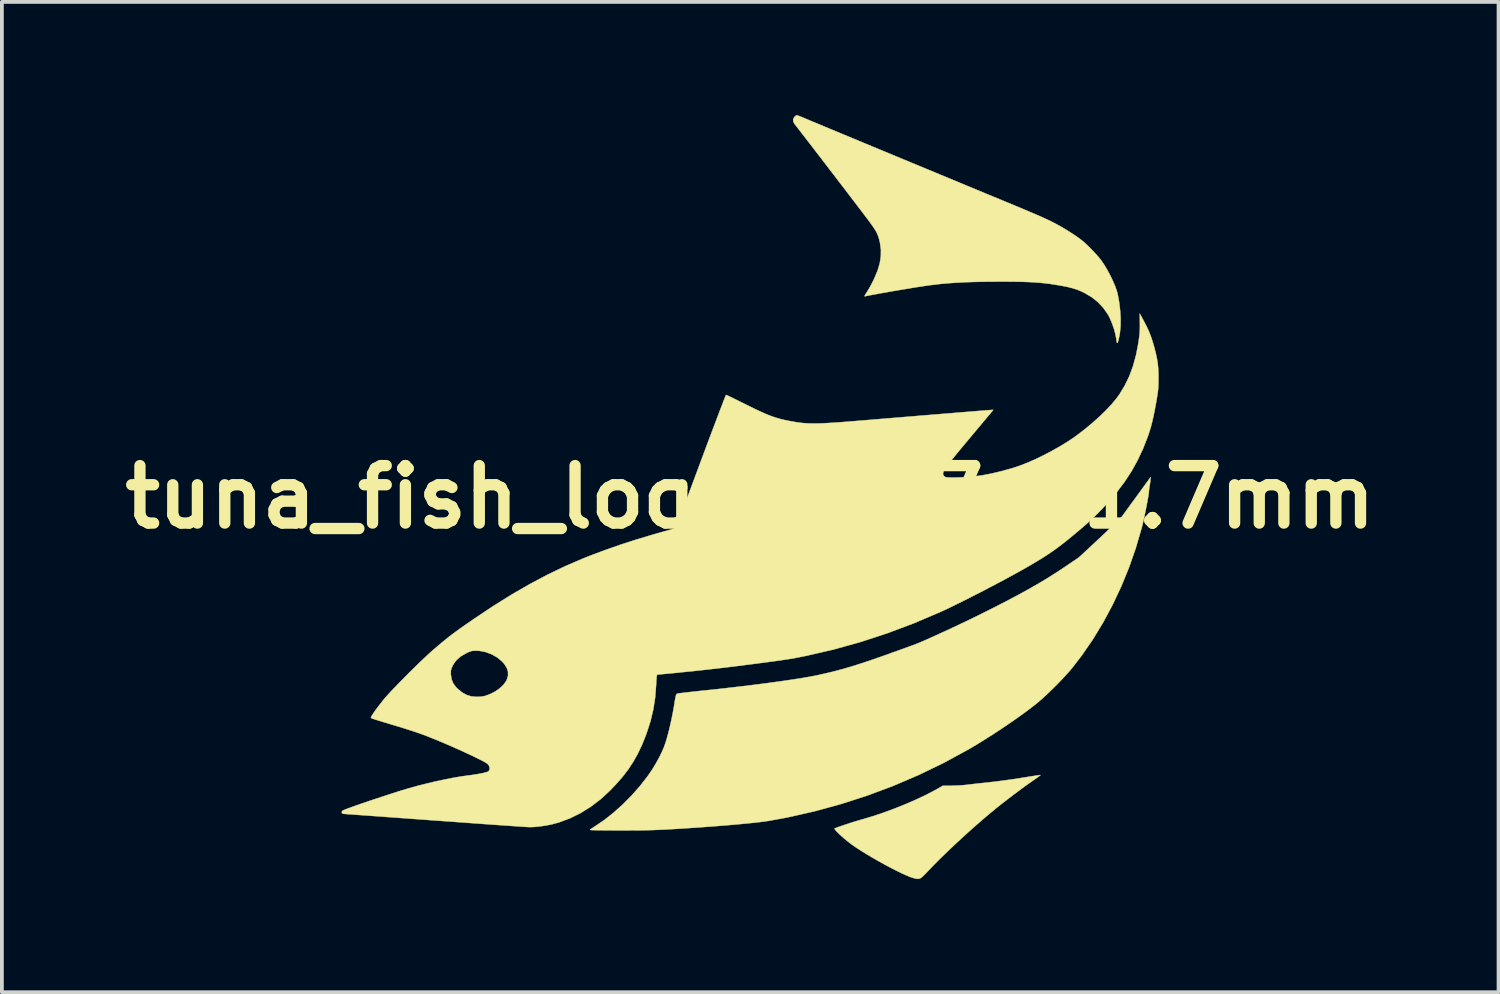
<source format=kicad_pcb>
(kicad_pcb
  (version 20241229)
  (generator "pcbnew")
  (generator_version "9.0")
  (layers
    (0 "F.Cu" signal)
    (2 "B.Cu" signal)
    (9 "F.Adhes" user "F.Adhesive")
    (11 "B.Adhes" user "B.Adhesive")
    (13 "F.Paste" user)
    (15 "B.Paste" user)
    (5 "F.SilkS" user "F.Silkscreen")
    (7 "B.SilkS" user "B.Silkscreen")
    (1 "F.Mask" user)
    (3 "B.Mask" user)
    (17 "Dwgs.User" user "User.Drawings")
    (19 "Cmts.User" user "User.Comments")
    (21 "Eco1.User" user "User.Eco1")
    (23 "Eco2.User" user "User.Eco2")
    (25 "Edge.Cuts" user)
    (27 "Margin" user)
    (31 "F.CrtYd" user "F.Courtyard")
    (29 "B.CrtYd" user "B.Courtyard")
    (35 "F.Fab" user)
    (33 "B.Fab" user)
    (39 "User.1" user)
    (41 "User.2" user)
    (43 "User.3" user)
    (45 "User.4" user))
  (footprint "tuna_fish_logo_21.7x21.7mm"
    (layer "F.Cu")
    (at 16.844 10.131)
    (property "Reference" "tuna_fish_logo_21.7x21.7mm" (at 0 0 0) (layer "F.SilkS") (effects (font (size 1.524 1.524) (thickness 0.3))))
    (attr through_hole)
    (fp_poly (pts (xy 7.687 7.382) (xy 7.654 7.408) (xy 7.602 7.446) (xy 7.537 7.49) (xy 7.532 7.494) (xy 7.413 7.577) (xy 7.276 7.675) (xy 7.126 7.785) (xy 6.971 7.902) (xy 6.817 8.019) (xy 6.671 8.132) (xy 6.54 8.236) (xy 6.519 8.253) (xy 6.315 8.422) (xy 6.1 8.606) (xy 5.878 8.801) (xy 5.655 9.002) (xy 5.436 9.205) (xy 5.225 9.405) (xy 5.027 9.597) (xy 4.849 9.777) (xy 4.727 9.904) (xy 4.649 9.987) (xy 4.589 10.047) (xy 4.541 10.089) (xy 4.501 10.114) (xy 4.463 10.124) (xy 4.421 10.123) (xy 4.371 10.113) (xy 4.318 10.099) (xy 4.239 10.073) (xy 4.136 10.03) (xy 4.012 9.974) (xy 3.874 9.906) (xy 3.723 9.829) (xy 3.566 9.745) (xy 3.405 9.656) (xy 3.246 9.565) (xy 3.092 9.474) (xy 2.948 9.385) (xy 2.818 9.301) (xy 2.707 9.224) (xy 2.665 9.193) (xy 2.58 9.127) (xy 2.497 9.059) (xy 2.42 8.991) (xy 2.352 8.928) (xy 2.296 8.872) (xy 2.256 8.828) (xy 2.237 8.798) (xy 2.238 8.787) (xy 2.272 8.773) (xy 2.333 8.75) (xy 2.414 8.722) (xy 2.509 8.69) (xy 2.613 8.656) (xy 2.719 8.622) (xy 2.821 8.59) (xy 2.913 8.563) (xy 2.955 8.551) (xy 3.236 8.468) (xy 3.527 8.371) (xy 3.82 8.263) (xy 4.11 8.147) (xy 4.389 8.026) (xy 4.651 7.903) (xy 4.888 7.779) (xy 4.98 7.728) (xy 5.109 7.654) (xy 5.331 7.654) (xy 5.438 7.652) (xy 5.556 7.646) (xy 5.669 7.638) (xy 5.744 7.63) (xy 5.848 7.617) (xy 5.965 7.604) (xy 6.076 7.591) (xy 6.121 7.587) (xy 6.415 7.555) (xy 6.694 7.52) (xy 6.972 7.482) (xy 7.264 7.436) (xy 7.389 7.416) (xy 7.486 7.4) (xy 7.571 7.387) (xy 7.638 7.377) (xy 7.682 7.371) (xy 7.698 7.371) (xy 7.687 7.382)) (stroke (width 0.01) (type solid)) (fill yes) (layer "F.SilkS"))
    (fp_poly (pts (xy 1.256 -10.12) (xy 1.302 -10.102) (xy 1.369 -10.076) (xy 1.451 -10.042) (xy 1.528 -10.009) (xy 1.604 -9.977) (xy 1.707 -9.934) (xy 1.831 -9.883) (xy 1.97 -9.824) (xy 2.121 -9.761) (xy 2.279 -9.696) (xy 2.437 -9.63) (xy 2.498 -9.605) (xy 2.67 -9.533) (xy 2.857 -9.456) (xy 3.05 -9.375) (xy 3.243 -9.295) (xy 3.427 -9.219) (xy 3.594 -9.149) (xy 3.739 -9.09) (xy 3.742 -9.088) (xy 3.898 -9.023) (xy 4.069 -8.952) (xy 4.246 -8.879) (xy 4.419 -8.807) (xy 4.581 -8.74) (xy 4.722 -8.681) (xy 4.75 -8.67) (xy 4.885 -8.614) (xy 5.043 -8.548) (xy 5.215 -8.477) (xy 5.391 -8.404) (xy 5.564 -8.332) (xy 5.724 -8.265) (xy 5.757 -8.252) (xy 5.901 -8.192) (xy 6.068 -8.123) (xy 6.252 -8.046) (xy 6.444 -7.967) (xy 6.638 -7.887) (xy 6.825 -7.809) (xy 6.998 -7.738) (xy 7.002 -7.736) (xy 7.225 -7.643) (xy 7.419 -7.561) (xy 7.59 -7.488) (xy 7.739 -7.422) (xy 7.872 -7.362) (xy 7.99 -7.305) (xy 8.098 -7.249) (xy 8.2 -7.194) (xy 8.299 -7.137) (xy 8.398 -7.077) (xy 8.502 -7.011) (xy 8.613 -6.938) (xy 8.619 -6.934) (xy 8.729 -6.857) (xy 8.826 -6.782) (xy 8.92 -6.698) (xy 9.023 -6.596) (xy 9.027 -6.593) (xy 9.1 -6.516) (xy 9.173 -6.437) (xy 9.237 -6.365) (xy 9.286 -6.305) (xy 9.302 -6.284) (xy 9.385 -6.163) (xy 9.467 -6.026) (xy 9.545 -5.881) (xy 9.616 -5.734) (xy 9.676 -5.594) (xy 9.721 -5.467) (xy 9.743 -5.385) (xy 9.784 -5.164) (xy 9.81 -4.943) (xy 9.823 -4.73) (xy 9.82 -4.53) (xy 9.803 -4.35) (xy 9.789 -4.273) (xy 9.769 -4.179) (xy 9.752 -4.117) (xy 9.739 -4.087) (xy 9.728 -4.087) (xy 9.719 -4.115) (xy 9.714 -4.151) (xy 9.689 -4.298) (xy 9.648 -4.455) (xy 9.594 -4.61) (xy 9.533 -4.752) (xy 9.48 -4.85) (xy 9.359 -5.022) (xy 9.218 -5.171) (xy 9.055 -5.301) (xy 8.863 -5.414) (xy 8.857 -5.417) (xy 8.763 -5.462) (xy 8.667 -5.501) (xy 8.563 -5.534) (xy 8.446 -5.565) (xy 8.307 -5.594) (xy 8.143 -5.623) (xy 8.109 -5.628) (xy 7.97 -5.65) (xy 7.833 -5.667) (xy 7.694 -5.682) (xy 7.547 -5.693) (xy 7.388 -5.702) (xy 7.214 -5.708) (xy 7.018 -5.711) (xy 6.797 -5.713) (xy 6.587 -5.713) (xy 6.273 -5.711) (xy 5.988 -5.706) (xy 5.728 -5.698) (xy 5.488 -5.686) (xy 5.264 -5.671) (xy 5.051 -5.652) (xy 4.844 -5.628) (xy 4.716 -5.612) (xy 4.624 -5.598) (xy 4.512 -5.581) (xy 4.382 -5.561) (xy 4.24 -5.537) (xy 4.089 -5.512) (xy 3.933 -5.486) (xy 3.778 -5.46) (xy 3.627 -5.433) (xy 3.484 -5.408) (xy 3.353 -5.384) (xy 3.239 -5.363) (xy 3.147 -5.346) (xy 3.079 -5.332) (xy 3.042 -5.323) (xy 3.032 -5.327) (xy 3.041 -5.351) (xy 3.069 -5.398) (xy 3.099 -5.444) (xy 3.139 -5.509) (xy 3.188 -5.595) (xy 3.238 -5.691) (xy 3.286 -5.788) (xy 3.294 -5.806) (xy 3.379 -6.01) (xy 3.435 -6.2) (xy 3.464 -6.382) (xy 3.466 -6.561) (xy 3.442 -6.739) (xy 3.428 -6.801) (xy 3.407 -6.877) (xy 3.385 -6.943) (xy 3.357 -7.006) (xy 3.32 -7.072) (xy 3.272 -7.148) (xy 3.207 -7.24) (xy 3.153 -7.314) (xy 3.121 -7.358) (xy 3.07 -7.424) (xy 3.004 -7.512) (xy 2.924 -7.617) (xy 2.831 -7.739) (xy 2.729 -7.873) (xy 2.617 -8.019) (xy 2.499 -8.174) (xy 2.376 -8.334) (xy 2.25 -8.499) (xy 2.123 -8.664) (xy 1.997 -8.829) (xy 1.873 -8.991) (xy 1.753 -9.146) (xy 1.64 -9.294) (xy 1.534 -9.431) (xy 1.439 -9.555) (xy 1.355 -9.663) (xy 1.285 -9.754) (xy 1.229 -9.825) (xy 1.192 -9.873) (xy 1.175 -9.895) (xy 1.141 -9.956) (xy 1.139 -10.019) (xy 1.168 -10.076) (xy 1.176 -10.085) (xy 1.209 -10.113) (xy 1.234 -10.126) (xy 1.235 -10.126) (xy 1.256 -10.12)) (stroke (width 0.01) (type solid)) (fill yes) (layer "F.SilkS"))
    (fp_poly (pts (xy 10.609 -0.422) (xy 10.602 -0.361) (xy 10.594 -0.312) (xy 10.589 -0.288) (xy 10.584 -0.258) (xy 10.578 -0.207) (xy 10.573 -0.154) (xy 10.566 -0.093) (xy 10.553 -0.005) (xy 10.534 0.104) (xy 10.511 0.226) (xy 10.485 0.356) (xy 10.458 0.487) (xy 10.43 0.613) (xy 10.404 0.728) (xy 10.379 0.824) (xy 10.226 1.349) (xy 10.046 1.864) (xy 9.841 2.366) (xy 9.612 2.852) (xy 9.362 3.32) (xy 9.091 3.767) (xy 8.801 4.189) (xy 8.543 4.524) (xy 8.443 4.642) (xy 8.323 4.774) (xy 8.19 4.914) (xy 8.05 5.055) (xy 7.911 5.191) (xy 7.778 5.315) (xy 7.658 5.42) (xy 7.637 5.438) (xy 7.489 5.556) (xy 7.317 5.687) (xy 7.124 5.826) (xy 6.916 5.972) (xy 6.698 6.12) (xy 6.476 6.267) (xy 6.253 6.409) (xy 6.034 6.545) (xy 5.826 6.669) (xy 5.757 6.708) (xy 5.118 7.055) (xy 4.463 7.371) (xy 3.793 7.658) (xy 3.11 7.913) (xy 2.415 8.138) (xy 1.71 8.331) (xy 0.995 8.493) (xy 0.491 8.586) (xy 0.381 8.602) (xy 0.239 8.62) (xy 0.07 8.639) (xy -0.126 8.659) (xy -0.343 8.679) (xy -0.581 8.7) (xy -0.836 8.721) (xy -1.105 8.741) (xy -1.385 8.762) (xy -1.674 8.781) (xy -1.92 8.797) (xy -2.107 8.808) (xy -2.276 8.817) (xy -2.433 8.824) (xy -2.585 8.83) (xy -2.739 8.834) (xy -2.902 8.837) (xy -3.08 8.838) (xy -3.281 8.839) (xy -3.431 8.839) (xy -3.594 8.839) (xy -3.746 8.838) (xy -3.884 8.837) (xy -4.005 8.836) (xy -4.105 8.834) (xy -4.181 8.832) (xy -4.231 8.829) (xy -4.249 8.827) (xy -4.25 8.826) (xy -4.236 8.812) (xy -4.2 8.786) (xy -4.148 8.751) (xy -4.127 8.738) (xy -3.875 8.567) (xy -3.623 8.368) (xy -3.376 8.146) (xy -3.139 7.907) (xy -2.919 7.657) (xy -2.719 7.399) (xy -2.603 7.231) (xy -2.502 7.064) (xy -2.407 6.892) (xy -2.327 6.724) (xy -2.28 6.612) (xy -2.245 6.511) (xy -2.207 6.384) (xy -2.167 6.237) (xy -2.128 6.077) (xy -2.091 5.91) (xy -2.057 5.744) (xy -2.028 5.585) (xy -2.018 5.524) (xy -2.001 5.417) (xy -1.987 5.338) (xy -1.976 5.284) (xy -1.966 5.249) (xy -1.956 5.228) (xy -1.943 5.217) (xy -1.929 5.211) (xy -1.904 5.207) (xy -1.849 5.199) (xy -1.768 5.19) (xy -1.663 5.177) (xy -1.54 5.164) (xy -1.401 5.148) (xy -1.25 5.132) (xy -1.143 5.121) (xy -0.827 5.088) (xy -0.513 5.052) (xy -0.203 5.016) (xy 0.099 4.979) (xy 0.39 4.942) (xy 0.667 4.904) (xy 0.927 4.868) (xy 1.166 4.832) (xy 1.382 4.798) (xy 1.571 4.765) (xy 1.73 4.735) (xy 1.753 4.73) (xy 1.968 4.683) (xy 2.18 4.633) (xy 2.395 4.576) (xy 2.617 4.513) (xy 2.851 4.441) (xy 3.102 4.359) (xy 3.374 4.265) (xy 3.614 4.181) (xy 3.76 4.128) (xy 3.901 4.078) (xy 4.031 4.031) (xy 4.146 3.989) (xy 4.244 3.954) (xy 4.319 3.927) (xy 4.367 3.909) (xy 4.377 3.905) (xy 4.46 3.872) (xy 4.569 3.826) (xy 4.701 3.768) (xy 4.851 3.701) (xy 5.015 3.626) (xy 5.19 3.546) (xy 5.372 3.461) (xy 5.556 3.375) (xy 5.739 3.288) (xy 5.916 3.202) (xy 6.084 3.12) (xy 6.151 3.086) (xy 6.496 2.913) (xy 6.813 2.75) (xy 7.103 2.596) (xy 7.371 2.449) (xy 7.618 2.308) (xy 7.847 2.172) (xy 8.062 2.037) (xy 8.266 1.904) (xy 8.274 1.898) (xy 8.716 1.6) (xy 9.266 1.088) (xy 9.382 0.979) (xy 9.492 0.874) (xy 9.594 0.777) (xy 9.684 0.69) (xy 9.759 0.616) (xy 9.816 0.558) (xy 9.854 0.518) (xy 9.866 0.504) (xy 9.888 0.473) (xy 9.927 0.419) (xy 9.981 0.345) (xy 10.047 0.255) (xy 10.121 0.152) (xy 10.203 0.041) (xy 10.268 -0.049) (xy 10.572 -0.466) (xy 10.583 -0.466) (xy 10.592 -0.457) (xy 10.6 -0.466) (xy 10.592 -0.474) (xy 10.583 -0.466) (xy 10.572 -0.466) (xy 10.62 -0.53) (xy 10.609 -0.422)) (stroke (width 0.01) (type solid)) (fill yes) (layer "F.SilkS"))
    (fp_poly (pts (xy 10.439 -4.665) (xy 10.518 -4.513) (xy 10.582 -4.371) (xy 10.636 -4.228) (xy 10.686 -4.07) (xy 10.71 -3.988) (xy 10.752 -3.825) (xy 10.784 -3.682) (xy 10.805 -3.551) (xy 10.819 -3.418) (xy 10.825 -3.276) (xy 10.826 -3.15) (xy 10.825 -3.042) (xy 10.823 -2.952) (xy 10.818 -2.871) (xy 10.809 -2.79) (xy 10.796 -2.7) (xy 10.778 -2.592) (xy 10.763 -2.506) (xy 10.728 -2.315) (xy 10.695 -2.151) (xy 10.662 -2.009) (xy 10.63 -1.881) (xy 10.595 -1.761) (xy 10.556 -1.643) (xy 10.541 -1.6) (xy 10.415 -1.279) (xy 10.273 -0.976) (xy 10.113 -0.687) (xy 9.93 -0.407) (xy 9.722 -0.131) (xy 9.485 0.146) (xy 9.37 0.271) (xy 9.269 0.377) (xy 9.177 0.471) (xy 9.087 0.558) (xy 8.994 0.644) (xy 8.893 0.735) (xy 8.777 0.835) (xy 8.64 0.95) (xy 8.619 0.968) (xy 8.451 1.107) (xy 8.299 1.228) (xy 8.158 1.336) (xy 8.021 1.435) (xy 7.882 1.529) (xy 7.734 1.624) (xy 7.57 1.723) (xy 7.385 1.832) (xy 7.324 1.867) (xy 7.158 1.961) (xy 6.972 2.063) (xy 6.77 2.173) (xy 6.557 2.287) (xy 6.337 2.402) (xy 6.115 2.518) (xy 5.895 2.63) (xy 5.684 2.737) (xy 5.484 2.836) (xy 5.302 2.925) (xy 5.141 3.002) (xy 5.046 3.045) (xy 4.341 3.346) (xy 3.631 3.612) (xy 2.916 3.846) (xy 2.196 4.046) (xy 1.47 4.213) (xy 1.151 4.276) (xy 1.07 4.289) (xy 0.958 4.307) (xy 0.82 4.327) (xy 0.66 4.35) (xy 0.48 4.374) (xy 0.285 4.4) (xy 0.078 4.427) (xy -0.137 4.454) (xy -0.356 4.482) (xy -0.576 4.509) (xy -0.793 4.535) (xy -1.004 4.559) (xy -1.185 4.58) (xy -1.282 4.59) (xy -1.395 4.602) (xy -1.52 4.616) (xy -1.653 4.629) (xy -1.79 4.643) (xy -1.925 4.657) (xy -2.055 4.67) (xy -2.175 4.681) (xy -2.28 4.691) (xy -2.365 4.699) (xy -2.428 4.705) (xy -2.462 4.707) (xy -2.465 4.707) (xy -2.474 4.724) (xy -2.482 4.774) (xy -2.489 4.857) (xy -2.494 4.966) (xy -2.52 5.31) (xy -2.571 5.637) (xy -2.648 5.957) (xy -2.753 6.278) (xy -2.764 6.308) (xy -2.868 6.567) (xy -2.979 6.801) (xy -3.099 7.016) (xy -3.234 7.221) (xy -3.387 7.421) (xy -3.564 7.622) (xy -3.717 7.782) (xy -3.963 8.009) (xy -4.224 8.208) (xy -4.496 8.378) (xy -4.778 8.518) (xy -5.067 8.626) (xy -5.263 8.679) (xy -5.371 8.701) (xy -5.492 8.721) (xy -5.617 8.737) (xy -5.734 8.748) (xy -5.831 8.752) (xy -5.85 8.752) (xy -5.881 8.75) (xy -5.944 8.747) (xy -6.036 8.741) (xy -6.156 8.733) (xy -6.302 8.723) (xy -6.471 8.711) (xy -6.662 8.698) (xy -6.872 8.683) (xy -7.1 8.667) (xy -7.344 8.649) (xy -7.601 8.631) (xy -7.87 8.611) (xy -8.148 8.591) (xy -8.365 8.576) (xy -8.647 8.555) (xy -8.92 8.535) (xy -9.183 8.516) (xy -9.432 8.498) (xy -9.666 8.481) (xy -9.884 8.465) (xy -10.083 8.451) (xy -10.262 8.438) (xy -10.418 8.427) (xy -10.549 8.417) (xy -10.654 8.41) (xy -10.731 8.404) (xy -10.777 8.401) (xy -10.791 8.4) (xy -10.823 8.386) (xy -10.833 8.356) (xy -10.819 8.322) (xy -10.817 8.321) (xy -10.793 8.307) (xy -10.738 8.284) (xy -10.656 8.252) (xy -10.55 8.214) (xy -10.421 8.168) (xy -10.273 8.117) (xy -10.108 8.061) (xy -9.928 8.001) (xy -9.736 7.938) (xy -9.535 7.872) (xy -9.327 7.805) (xy -9.254 7.782) (xy -9.046 7.72) (xy -8.82 7.657) (xy -8.585 7.598) (xy -8.347 7.541) (xy -8.112 7.491) (xy -7.888 7.447) (xy -7.681 7.411) (xy -7.498 7.385) (xy -7.476 7.383) (xy -7.375 7.369) (xy -7.272 7.353) (xy -7.173 7.336) (xy -7.084 7.318) (xy -7.012 7.3) (xy -6.963 7.285) (xy -6.945 7.276) (xy -6.912 7.231) (xy -6.91 7.174) (xy -6.928 7.126) (xy -6.941 7.104) (xy -6.958 7.083) (xy -6.985 7.061) (xy -7.025 7.036) (xy -7.083 7.004) (xy -7.162 6.964) (xy -7.267 6.912) (xy -7.285 6.903) (xy -7.445 6.826) (xy -7.623 6.743) (xy -7.813 6.658) (xy -8.009 6.572) (xy -8.202 6.49) (xy -8.387 6.413) (xy -8.555 6.346) (xy -8.701 6.291) (xy -8.704 6.29) (xy -8.803 6.255) (xy -8.924 6.214) (xy -9.058 6.171) (xy -9.192 6.128) (xy -9.318 6.089) (xy -9.319 6.089) (xy -9.5 6.035) (xy -9.65 5.989) (xy -9.773 5.952) (xy -9.87 5.922) (xy -9.945 5.899) (xy -9.998 5.881) (xy -10.033 5.869) (xy -10.052 5.862) (xy -10.054 5.861) (xy -10.057 5.843) (xy -10.038 5.803) (xy -9.999 5.74) (xy -9.938 5.653) (xy -9.856 5.543) (xy -9.751 5.408) (xy -9.74 5.393) (xy -9.682 5.324) (xy -9.603 5.236) (xy -9.506 5.131) (xy -9.395 5.015) (xy -9.273 4.889) (xy -9.144 4.758) (xy -9.036 4.65) (xy -7.941 4.65) (xy -7.938 4.713) (xy -7.919 4.834) (xy -7.875 4.94) (xy -7.803 5.038) (xy -7.746 5.095) (xy -7.63 5.187) (xy -7.514 5.25) (xy -7.39 5.286) (xy -7.25 5.298) (xy -7.169 5.295) (xy -7.087 5.285) (xy -7.03 5.273) (xy -6.889 5.221) (xy -6.757 5.152) (xy -6.639 5.069) (xy -6.543 4.977) (xy -6.473 4.88) (xy -6.457 4.85) (xy -6.423 4.741) (xy -6.423 4.634) (xy -6.455 4.529) (xy -6.522 4.425) (xy -6.581 4.359) (xy -6.707 4.254) (xy -6.853 4.171) (xy -7.01 4.111) (xy -7.171 4.079) (xy -7.259 4.074) (xy -7.328 4.075) (xy -7.38 4.081) (xy -7.429 4.095) (xy -7.486 4.118) (xy -7.542 4.146) (xy -7.678 4.226) (xy -7.786 4.32) (xy -7.867 4.429) (xy -7.896 4.484) (xy -7.923 4.547) (xy -7.937 4.597) (xy -7.941 4.65) (xy -9.036 4.65) (xy -9.011 4.626) (xy -8.878 4.495) (xy -8.749 4.369) (xy -8.626 4.253) (xy -8.514 4.148) (xy -8.415 4.06) (xy -8.382 4.031) (xy -8.268 3.934) (xy -8.168 3.85) (xy -8.075 3.774) (xy -7.987 3.703) (xy -7.897 3.635) (xy -7.801 3.564) (xy -7.695 3.487) (xy -7.574 3.402) (xy -7.432 3.304) (xy -7.315 3.223) (xy -6.814 2.889) (xy -6.325 2.584) (xy -5.845 2.307) (xy -5.373 2.057) (xy -4.905 1.832) (xy -4.44 1.632) (xy -4.242 1.553) (xy -3.836 1.401) (xy -3.445 1.264) (xy -3.053 1.137) (xy -2.647 1.015) (xy -2.572 0.993) (xy -1.969 0.821) (xy -1.312 -0.944) (xy -1.225 -1.178) (xy -1.141 -1.403) (xy -1.061 -1.616) (xy -0.985 -1.817) (xy -0.915 -2.003) (xy -0.851 -2.171) (xy -0.795 -2.32) (xy -0.745 -2.448) (xy -0.705 -2.553) (xy -0.673 -2.633) (xy -0.652 -2.685) (xy -0.642 -2.708) (xy -0.641 -2.709) (xy -0.622 -2.702) (xy -0.578 -2.682) (xy -0.511 -2.65) (xy -0.427 -2.609) (xy -0.328 -2.56) (xy -0.224 -2.508) (xy -0.036 -2.415) (xy 0.127 -2.335) (xy 0.269 -2.269) (xy 0.393 -2.213) (xy 0.505 -2.167) (xy 0.609 -2.129) (xy 0.708 -2.097) (xy 0.807 -2.069) (xy 0.911 -2.044) (xy 1.024 -2.021) (xy 1.103 -2.006) (xy 1.2 -1.989) (xy 1.293 -1.975) (xy 1.385 -1.964) (xy 1.48 -1.957) (xy 1.581 -1.952) (xy 1.691 -1.951) (xy 1.814 -1.952) (xy 1.952 -1.957) (xy 2.108 -1.966) (xy 2.287 -1.977) (xy 2.491 -1.992) (xy 2.724 -2.011) (xy 2.879 -2.023) (xy 3.241 -2.053) (xy 3.591 -2.082) (xy 3.928 -2.11) (xy 4.249 -2.136) (xy 4.555 -2.162) (xy 4.842 -2.185) (xy 5.111 -2.207) (xy 5.359 -2.227) (xy 5.586 -2.246) (xy 5.789 -2.262) (xy 5.967 -2.277) (xy 6.119 -2.289) (xy 6.244 -2.299) (xy 6.341 -2.306) (xy 6.406 -2.311) (xy 6.441 -2.314) (xy 6.446 -2.314) (xy 6.435 -2.301) (xy 6.406 -2.264) (xy 6.358 -2.207) (xy 6.294 -2.13) (xy 6.217 -2.037) (xy 6.128 -1.931) (xy 6.029 -1.812) (xy 5.922 -1.685) (xy 5.873 -1.626) (xy 5.719 -1.442) (xy 5.586 -1.282) (xy 5.472 -1.145) (xy 5.377 -1.027) (xy 5.299 -0.928) (xy 5.236 -0.845) (xy 5.187 -0.777) (xy 5.152 -0.722) (xy 5.129 -0.677) (xy 5.116 -0.641) (xy 5.113 -0.613) (xy 5.118 -0.589) (xy 5.13 -0.569) (xy 5.147 -0.551) (xy 5.15 -0.549) (xy 5.166 -0.537) (xy 5.187 -0.528) (xy 5.218 -0.523) (xy 5.266 -0.52) (xy 5.335 -0.518) (xy 5.43 -0.519) (xy 5.467 -0.519) (xy 5.699 -0.527) (xy 5.927 -0.546) (xy 6.159 -0.578) (xy 6.399 -0.624) (xy 6.656 -0.685) (xy 6.934 -0.762) (xy 7 -0.782) (xy 7.173 -0.841) (xy 7.367 -0.918) (xy 7.573 -1.009) (xy 7.787 -1.113) (xy 8 -1.225) (xy 8.208 -1.342) (xy 8.403 -1.461) (xy 8.58 -1.578) (xy 8.639 -1.621) (xy 8.856 -1.786) (xy 9.062 -1.956) (xy 9.254 -2.126) (xy 9.428 -2.295) (xy 9.581 -2.458) (xy 9.71 -2.613) (xy 9.794 -2.729) (xy 9.936 -2.966) (xy 10.055 -3.212) (xy 10.151 -3.474) (xy 10.229 -3.756) (xy 10.28 -4.015) (xy 10.301 -4.14) (xy 10.315 -4.24) (xy 10.325 -4.326) (xy 10.331 -4.407) (xy 10.333 -4.493) (xy 10.333 -4.591) (xy 10.333 -4.606) (xy 10.329 -4.868) (xy 10.439 -4.665)) (stroke (width 0.01) (type solid)) (fill yes) (layer "F.SilkS")))
  (gr_rect
    (start -3 -3)
    (end 36.688 23.261)
    (stroke (width 0.1) (type default))
    (fill no)
    (layer "Edge.Cuts")))
</source>
